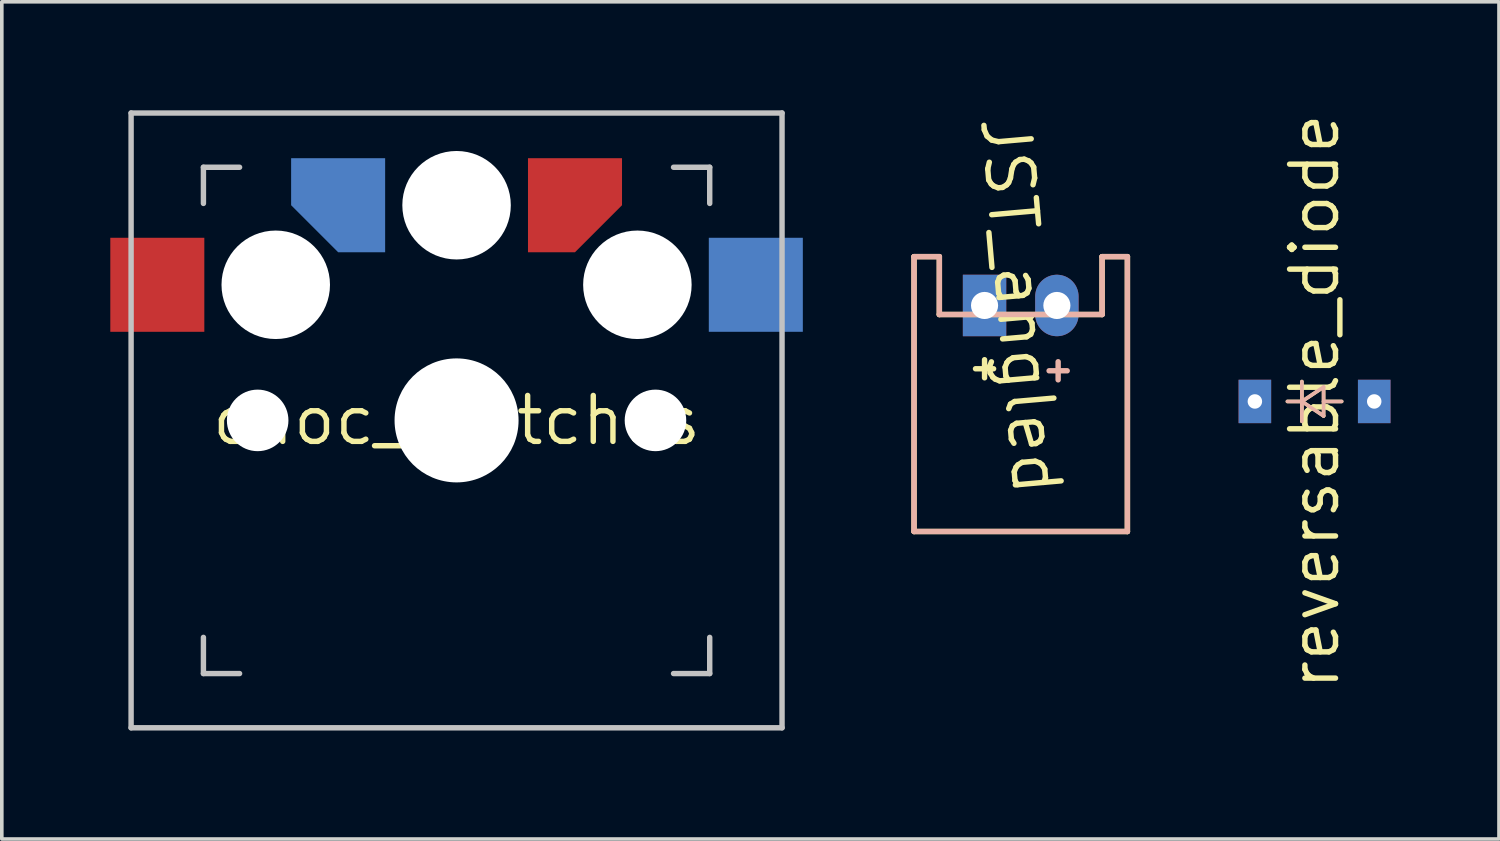
<source format=kicad_pcb>
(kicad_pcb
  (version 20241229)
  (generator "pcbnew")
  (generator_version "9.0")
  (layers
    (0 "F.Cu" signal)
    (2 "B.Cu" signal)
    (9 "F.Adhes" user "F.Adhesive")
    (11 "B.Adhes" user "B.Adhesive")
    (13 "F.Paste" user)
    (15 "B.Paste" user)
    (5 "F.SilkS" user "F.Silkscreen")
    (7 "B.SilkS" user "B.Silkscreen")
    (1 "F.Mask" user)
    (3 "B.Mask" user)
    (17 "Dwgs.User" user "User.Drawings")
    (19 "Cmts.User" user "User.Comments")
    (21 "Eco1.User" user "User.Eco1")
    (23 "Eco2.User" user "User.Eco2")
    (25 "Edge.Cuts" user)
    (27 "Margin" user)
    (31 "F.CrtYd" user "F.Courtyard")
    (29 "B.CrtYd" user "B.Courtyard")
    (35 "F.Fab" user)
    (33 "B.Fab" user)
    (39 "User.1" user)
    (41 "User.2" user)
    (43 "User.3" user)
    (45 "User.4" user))
  (footprint "choc_switches"
    (layer "F.Cu")
    (at 9.575 8.575)
    (property "Reference" "choc_switches" (at 0 0 0) (layer "F.SilkS") (effects (font (size 1.27 1.27) (thickness 0.15))))
    (attr through_hole)
    (fp_line (start -9 -8.5) (end 9 -8.5) (stroke (width 0.15) (type solid)) (layer "Dwgs.User"))
    (fp_line (start -9 8.5) (end -9 -8.5) (stroke (width 0.15) (type solid)) (layer "Dwgs.User"))
    (fp_line (start -7 -6) (end -7 -7) (stroke (width 0.15) (type solid)) (layer "Dwgs.User"))
    (fp_line (start -7 7) (end -7 6) (stroke (width 0.15) (type solid)) (layer "Dwgs.User"))
    (fp_line (start -7 7) (end -6 7) (stroke (width 0.15) (type solid)) (layer "Dwgs.User"))
    (fp_line (start -6 -7) (end -7 -7) (stroke (width 0.15) (type solid)) (layer "Dwgs.User"))
    (fp_line (start 6 7) (end 7 7) (stroke (width 0.15) (type solid)) (layer "Dwgs.User"))
    (fp_line (start 7 -7) (end 6 -7) (stroke (width 0.15) (type solid)) (layer "Dwgs.User"))
    (fp_line (start 7 -7) (end 7 -6) (stroke (width 0.15) (type solid)) (layer "Dwgs.User"))
    (fp_line (start 7 6) (end 7 7) (stroke (width 0.15) (type solid)) (layer "Dwgs.User"))
    (fp_line (start 9 -8.5) (end 9 8.5) (stroke (width 0.15) (type solid)) (layer "Dwgs.User"))
    (fp_line (start 9 8.5) (end -9 8.5) (stroke (width 0.15) (type solid)) (layer "Dwgs.User"))
    (pad "" np_thru_hole circle (at -5.5 0) (size 1.702 1.702) (drill 1.702) (layers "*.Cu" "*.Mask"))
    (pad "" np_thru_hole circle (at -5 -3.75) (size 3 3) (drill 3) (layers "*.Cu" "*.Mask"))
    (pad "" np_thru_hole circle (at 0 -5.95) (size 3 3) (drill 3) (layers "*.Cu" "*.Mask"))
    (pad "" np_thru_hole circle (at 0 0) (size 3.429 3.429) (drill 3.429) (layers "*.Cu" "*.Mask"))
    (pad "" np_thru_hole circle (at 5 -3.75) (size 3 3) (drill 3) (layers "*.Cu" "*.Mask"))
    (pad "" np_thru_hole circle (at 5.5 0) (size 1.702 1.702) (drill 1.702) (layers "*.Cu" "*.Mask"))
    (pad "1" smd custom (at -3.275 -5.95) (size 0.2 0.2) (layers "B.Cu" "B.Mask") (options (anchor rect)) (primitives (gr_poly (pts (xy 1.3 1.3) (xy 1.3 -1.3) (xy -1.3 -1.3) (xy -1.3 0) (xy 0 1.3)) (width 0) (fill yes))))
    (pad "1" smd custom (at 3.275 -5.95) (size 0.2 0.2) (layers "F.Cu" "F.Mask") (options (anchor rect)) (primitives (gr_poly (pts (xy 1.3 0) (xy 1.3 -1.3) (xy -1.3 -1.3) (xy -1.3 1.3) (xy 0 1.3)) (width 0) (fill yes))))
    (pad "2" smd rect (at -8.275 -3.75) (size 2.6 2.6) (layers "F.Cu" "F.Mask" "F.Paste"))
    (pad "2" smd rect (at 8.275 -3.75) (size 2.6 2.6) (layers "B.Cu" "B.Mask" "B.Paste")))
  (footprint "reversable_diode"
    (layer "F.Cu")
    (at 33.3 8.051)
    (property "Reference" "reversable_diode" (at 0 0 270) (layer "F.SilkS") (effects (font (size 1.27 1.27) (thickness 0.15))))
    (attr through_hole)
    (fp_line (start -0.75 0) (end -0.35 0) (stroke (width 0.1) (type solid)) (layer "F.SilkS"))
    (fp_line (start -0.35 0) (end -0.35 -0.55) (stroke (width 0.1) (type solid)) (layer "F.SilkS"))
    (fp_line (start -0.35 0) (end -0.35 0.55) (stroke (width 0.1) (type solid)) (layer "F.SilkS"))
    (fp_line (start -0.35 0) (end 0.25 -0.4) (stroke (width 0.1) (type solid)) (layer "F.SilkS"))
    (fp_line (start 0.25 -0.4) (end 0.25 0.4) (stroke (width 0.1) (type solid)) (layer "F.SilkS"))
    (fp_line (start 0.25 0) (end 0.75 0) (stroke (width 0.1) (type solid)) (layer "F.SilkS"))
    (fp_line (start 0.25 0.4) (end -0.35 0) (stroke (width 0.1) (type solid)) (layer "F.SilkS"))
    (fp_line (start -0.75 0) (end -0.35 0) (stroke (width 0.1) (type solid)) (layer "B.SilkS"))
    (fp_line (start -0.35 0) (end -0.35 -0.55) (stroke (width 0.1) (type solid)) (layer "B.SilkS"))
    (fp_line (start -0.35 0) (end -0.35 0.55) (stroke (width 0.1) (type solid)) (layer "B.SilkS"))
    (fp_line (start -0.35 0) (end 0.25 -0.4) (stroke (width 0.1) (type solid)) (layer "B.SilkS"))
    (fp_line (start 0.25 -0.4) (end 0.25 0.4) (stroke (width 0.1) (type solid)) (layer "B.SilkS"))
    (fp_line (start 0.25 0) (end 0.75 0) (stroke (width 0.1) (type solid)) (layer "B.SilkS"))
    (fp_line (start 0.25 0.4) (end -0.35 0) (stroke (width 0.1) (type solid)) (layer "B.SilkS"))
    (pad "1" thru_hole circle (at -1.65 0 270) (size 0.8 0.8) (drill 0.4) (layers "*.Cu" "*.Mask"))
    (pad "1" smd rect (at -1.65 0) (size 0.9 1.2) (layers "F.Cu" "F.Mask" "F.Paste"))
    (pad "1" smd rect (at -1.65 0) (size 0.9 1.2) (layers "B.Cu" "B.Mask" "B.Paste"))
    (pad "2" thru_hole circle (at 1.65 0 270) (size 0.8 0.8) (drill 0.4) (layers "*.Cu" "*.Mask"))
    (pad "2" smd rect (at 1.65 0) (size 0.9 1.2) (layers "F.Cu" "F.Mask" "F.Paste"))
    (pad "2" smd rect (at 1.65 0) (size 0.9 1.2) (layers "B.Cu" "B.Mask" "B.Paste")))
  (footprint "JST_angled"
    (layer "F.Cu")
    (at 25.175 5.397)
    (property "Reference" "JST_angled" (at 0 0 275) (layer "F.SilkS") (effects (font (size 1.27 1.27) (thickness 0.15))))
    (attr through_hole)
    (fp_line (start -2.95 -1.35) (end -2.95 6.25) (stroke (width 0.15) (type solid)) (layer "F.SilkS"))
    (fp_line (start -2.95 6.25) (end 2.95 6.25) (stroke (width 0.15) (type solid)) (layer "F.SilkS"))
    (fp_line (start -2.25 -1.35) (end -2.95 -1.35) (stroke (width 0.15) (type solid)) (layer "F.SilkS"))
    (fp_line (start -2.25 0.25) (end -2.25 -1.35) (stroke (width 0.15) (type solid)) (layer "F.SilkS"))
    (fp_line (start -1.25 1.75) (end -0.75 1.75) (stroke (width 0.15) (type solid)) (layer "F.SilkS"))
    (fp_line (start -1 1.5) (end -1 2) (stroke (width 0.15) (type solid)) (layer "F.SilkS"))
    (fp_line (start 2.25 -1.35) (end 2.25 0.25) (stroke (width 0.15) (type solid)) (layer "F.SilkS"))
    (fp_line (start 2.25 0.25) (end -2.25 0.25) (stroke (width 0.15) (type solid)) (layer "F.SilkS"))
    (fp_line (start 2.95 -1.35) (end 2.25 -1.35) (stroke (width 0.15) (type solid)) (layer "F.SilkS"))
    (fp_line (start 2.95 6.25) (end 2.95 -1.35) (stroke (width 0.15) (type solid)) (layer "F.SilkS"))
    (fp_line (start -2.95 -1.35) (end -2.95 6.25) (stroke (width 0.15) (type solid)) (layer "B.SilkS"))
    (fp_line (start -2.95 6.25) (end 2.95 6.25) (stroke (width 0.15) (type solid)) (layer "B.SilkS"))
    (fp_line (start -2.25 -1.35) (end -2.95 -1.35) (stroke (width 0.15) (type solid)) (layer "B.SilkS"))
    (fp_line (start -2.25 0.25) (end -2.25 -1.35) (stroke (width 0.15) (type solid)) (layer "B.SilkS"))
    (fp_line (start 0.785 1.806) (end 1.285 1.806) (stroke (width 0.15) (type solid)) (layer "B.SilkS"))
    (fp_line (start 1.035 1.556) (end 1.035 2.056) (stroke (width 0.15) (type solid)) (layer "B.SilkS"))
    (fp_line (start 2.25 -1.35) (end 2.25 0.25) (stroke (width 0.15) (type solid)) (layer "B.SilkS"))
    (fp_line (start 2.25 0.25) (end -2.25 0.25) (stroke (width 0.15) (type solid)) (layer "B.SilkS"))
    (fp_line (start 2.95 -1.35) (end 2.25 -1.35) (stroke (width 0.15) (type solid)) (layer "B.SilkS"))
    (fp_line (start 2.95 6.25) (end 2.95 -1.35) (stroke (width 0.15) (type solid)) (layer "B.SilkS"))
    (pad "1" thru_hole rect (at -1 0) (size 1.2 1.7) (drill 0.75) (layers "*.Cu" "*.Mask"))
    (pad "2" thru_hole oval (at 1 0) (size 1.2 1.7) (drill 0.75) (layers "*.Cu" "*.Mask")))
  (gr_rect
    (start -3 -3)
    (end 38.4 20.15)
    (stroke (width 0.1) (type default))
    (fill no)
    (layer "Edge.Cuts")))
</source>
